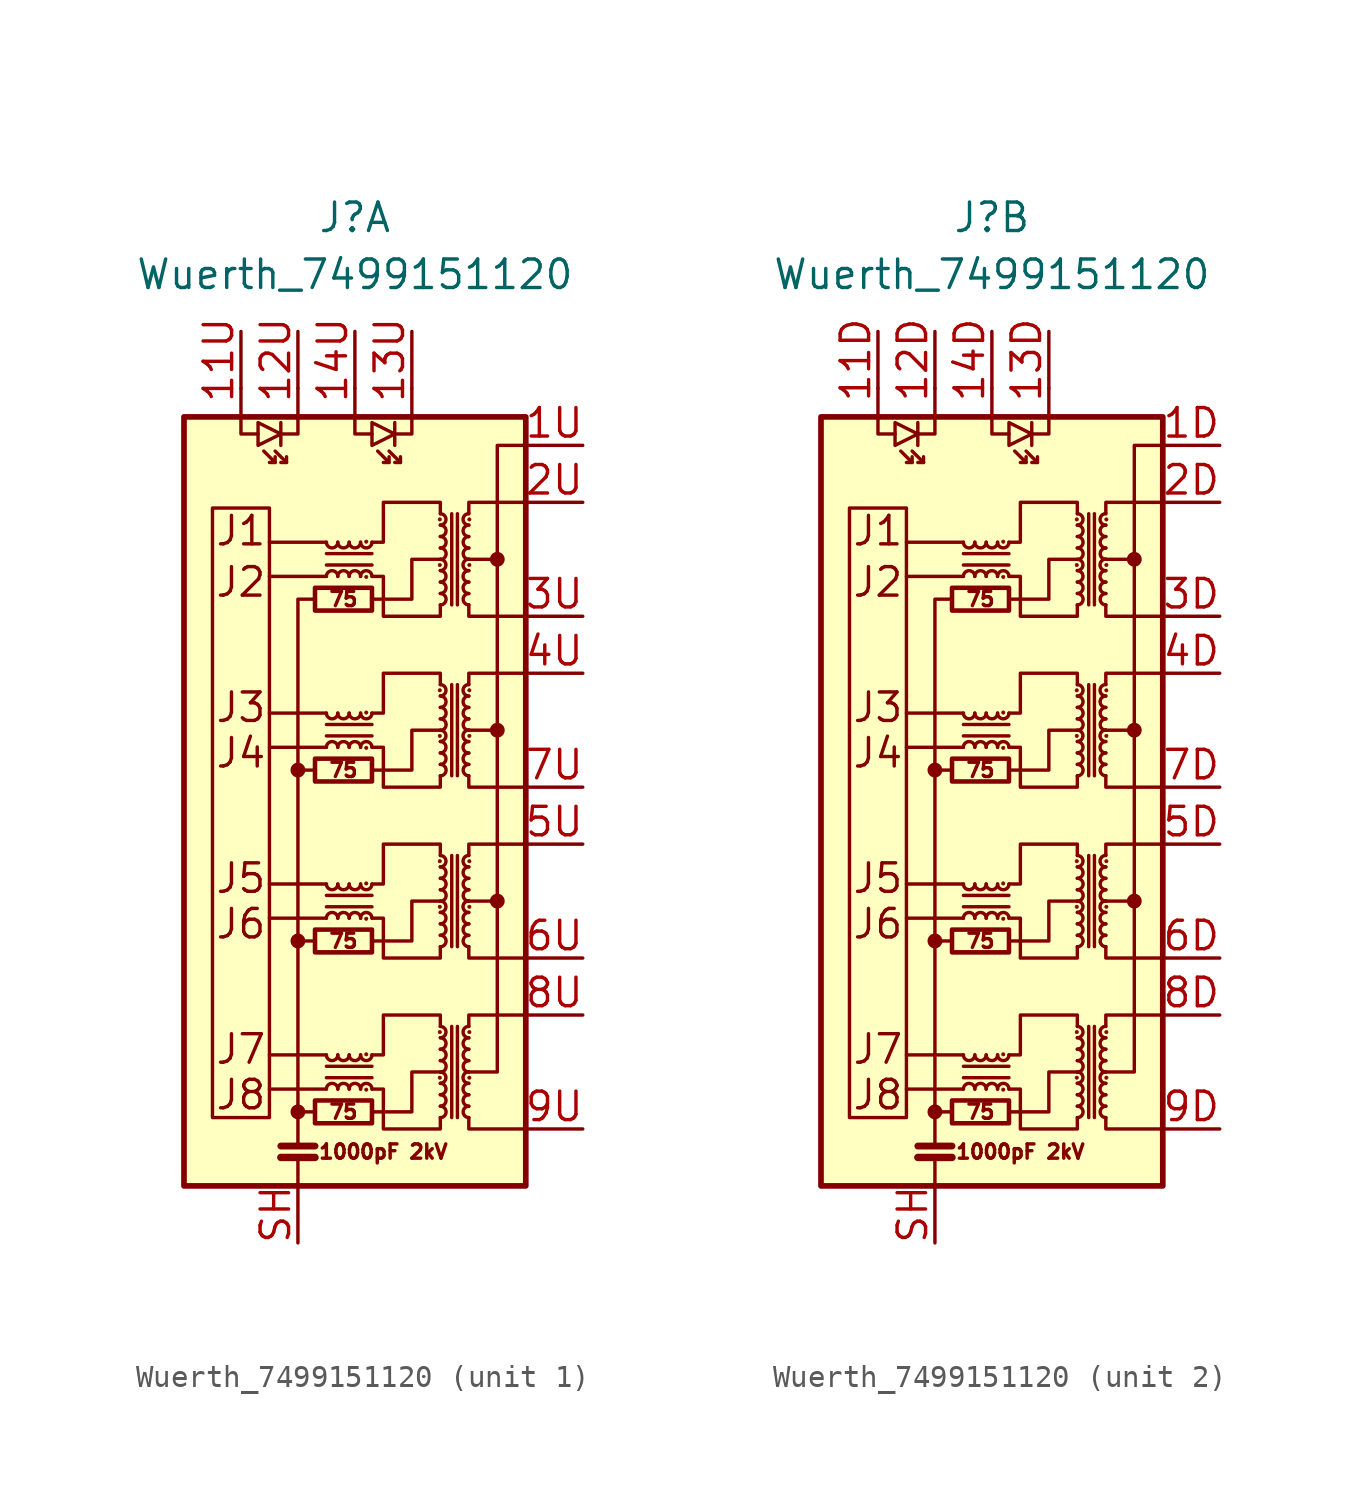
<source format=kicad_sym>
(kicad_symbol_lib
  (version 20220914)
  (generator kicad_symbol_editor)
  (symbol "Wuerth_7499151120"
    (pin_names
      (offset 0.025) hide)
    (property "Reference" "J"
      (at 0 25.4 0)
      (effects (font (size 1.27 1.27))))
    (property "Value" "Wuerth_7499151120"
      (at 0 22.86 0)
      (effects (font (size 1.27 1.27))))
    (property "ki_locked" ""
      (at 0 0 0)
      (effects (font (size 1.27 1.27))))
    (symbol "Wuerth_7499151120_0_0"
      (polyline (pts (xy -1.778 -14.478) (xy -2.54 -14.478)) (stroke (width 0) (type solid)) (fill (type none)))
      (polyline (pts (xy -1.27 -13.462) (xy -3.81 -13.462)) (stroke (width 0) (type solid)) (fill (type none)))
      (polyline (pts (xy -1.27 -11.938) (xy -3.81 -11.938)) (stroke (width 0) (type solid)) (fill (type none)))
      (polyline (pts (xy -1.27 -5.842) (xy -3.81 -5.842)) (stroke (width 0) (type solid)) (fill (type none)))
      (polyline (pts (xy -1.27 -4.318) (xy -3.81 -4.318)) (stroke (width 0) (type solid)) (fill (type none)))
      (polyline (pts (xy -1.27 1.778) (xy -3.81 1.778)) (stroke (width 0) (type solid)) (fill (type none)))
      (polyline (pts (xy -1.27 3.302) (xy -3.81 3.302)) (stroke (width 0) (type solid)) (fill (type none)))
      (polyline (pts (xy -1.27 9.398) (xy -3.81 9.398)) (stroke (width 0) (type solid)) (fill (type none)))
      (polyline (pts (xy -1.27 10.922) (xy -3.81 10.922)) (stroke (width 0) (type solid)) (fill (type none)))
      (polyline (pts (xy 5.08 2.54) (xy 6.35 2.54)) (stroke (width 0) (type solid)) (fill (type none)))
      (polyline (pts (xy 6.35 -5.08) (xy 5.08 -5.08)) (stroke (width 0) (type solid)) (fill (type none)))
      (polyline (pts (xy 6.35 10.16) (xy 5.08 10.16)) (stroke (width 0) (type solid)) (fill (type none)))
      (polyline (pts (xy 0.762 -14.478) (xy 2.54 -14.478) (xy 2.54 -12.7) (xy 3.81 -12.7)) (stroke (width 0) (type solid)) (fill (type none)))
      (polyline (pts (xy 0.762 -6.858) (xy 2.54 -6.858) (xy 2.54 -5.08) (xy 3.81 -5.08)) (stroke (width 0) (type solid)) (fill (type none)))
      (polyline (pts (xy 0.762 0.762) (xy 2.54 0.762) (xy 2.54 2.54) (xy 3.81 2.54)) (stroke (width 0) (type solid)) (fill (type none)))
      (polyline (pts (xy 0.762 8.382) (xy 2.54 8.382) (xy 2.54 10.16) (xy 3.81 10.16)) (stroke (width 0) (type solid)) (fill (type none)))
      (text "1000pF 2kV" (at 1.27 -16.256 0) (effects (font (size 0.635 0.635))))
      (text "75" (at -0.508 -14.478 0) (effects (font (size 0.635 0.635))))
      (text "75" (at -0.508 -6.858 0) (effects (font (size 0.635 0.635))))
      (text "75" (at -0.508 0.762 0) (effects (font (size 0.635 0.635))))
      (text "75" (at -0.508 8.382 0) (effects (font (size 0.635 0.635))))
      (text "J1" (at -5.08 11.43 0) (effects (font (size 1.27 1.27))))
      (text "J2" (at -5.08 9.144 0) (effects (font (size 1.27 1.27))))
      (text "J3" (at -5.08 3.556 0) (effects (font (size 1.27 1.27))))
      (text "J4" (at -5.08 1.524 0) (effects (font (size 1.27 1.27))))
      (text "J5" (at -5.08 -4.064 0) (effects (font (size 1.27 1.27))))
      (text "J6" (at -5.08 -6.096 0) (effects (font (size 1.27 1.27))))
      (text "J7" (at -5.08 -11.684 0) (effects (font (size 1.27 1.27))))
      (text "J8" (at -5.08 -13.716 0) (effects (font (size 1.27 1.27)))))
    (symbol "Wuerth_7499151120_0_1"
      (rectangle (start -3.81 -14.732) (end -6.35 12.446) (stroke (width 0) (type solid)) (fill (type none)))
      (circle (center -2.54 -14.478) (radius 0.254) (stroke (width 0) (type solid)) (fill (type outline)))
      (circle (center -2.54 -6.858) (radius 0.254) (stroke (width 0) (type solid)) (fill (type outline)))
      (circle (center -2.54 0.762) (radius 0.254) (stroke (width 0) (type solid)) (fill (type outline)))
      (rectangle (start -1.778 -14.986) (end 0.762 -13.97) (stroke (width 0.203) (type solid)) (fill (type none)))
      (rectangle (start -1.778 -7.366) (end 0.762 -6.35) (stroke (width 0.203) (type solid)) (fill (type none)))
      (rectangle (start -1.778 0.254) (end 0.762 1.27) (stroke (width 0.203) (type solid)) (fill (type none)))
      (rectangle (start -1.778 7.874) (end 0.762 8.89) (stroke (width 0.203) (type solid)) (fill (type none)))
      (arc (start -1.27 -11.938) (mid -1.016 -12.1909) (end -0.762 -11.938) (stroke (width 0) (type solid)) (fill (type none)))
      (arc (start -1.27 -4.318) (mid -1.016 -4.5709) (end -0.762 -4.318) (stroke (width 0) (type solid)) (fill (type none)))
      (arc (start -1.27 3.302) (mid -1.016 3.0491) (end -0.762 3.302) (stroke (width 0) (type solid)) (fill (type none)))
      (arc (start -1.27 10.922) (mid -1.016 10.6691) (end -0.762 10.922) (stroke (width 0) (type solid)) (fill (type none)))
      (arc (start -0.762 -13.462) (mid -1.016 -13.2091) (end -1.27 -13.462) (stroke (width 0) (type solid)) (fill (type none)))
      (arc (start -0.762 -11.938) (mid -0.508 -12.1909) (end -0.254 -11.938) (stroke (width 0) (type solid)) (fill (type none)))
      (arc (start -0.762 -5.842) (mid -1.016 -5.5891) (end -1.27 -5.842) (stroke (width 0) (type solid)) (fill (type none)))
      (arc (start -0.762 -4.318) (mid -0.508 -4.5709) (end -0.254 -4.318) (stroke (width 0) (type solid)) (fill (type none)))
      (arc (start -0.762 1.778) (mid -1.016 2.0309) (end -1.27 1.778) (stroke (width 0) (type solid)) (fill (type none)))
      (arc (start -0.762 3.302) (mid -0.508 3.0491) (end -0.254 3.302) (stroke (width 0) (type solid)) (fill (type none)))
      (arc (start -0.762 9.398) (mid -1.016 9.6509) (end -1.27 9.398) (stroke (width 0) (type solid)) (fill (type none)))
      (arc (start -0.762 10.922) (mid -0.508 10.6691) (end -0.254 10.922) (stroke (width 0) (type solid)) (fill (type none)))
      (arc (start -0.254 -13.462) (mid -0.508 -13.2091) (end -0.762 -13.462) (stroke (width 0) (type solid)) (fill (type none)))
      (arc (start -0.254 -11.938) (mid 0 -12.1909) (end 0.254 -11.938) (stroke (width 0) (type solid)) (fill (type none)))
      (arc (start -0.254 -5.842) (mid -0.508 -5.5891) (end -0.762 -5.842) (stroke (width 0) (type solid)) (fill (type none)))
      (arc (start -0.254 -4.318) (mid 0 -4.5709) (end 0.254 -4.318) (stroke (width 0) (type solid)) (fill (type none)))
      (arc (start -0.254 1.778) (mid -0.508 2.0309) (end -0.762 1.778) (stroke (width 0) (type solid)) (fill (type none)))
      (arc (start -0.254 3.302) (mid 0 3.0491) (end 0.254 3.302) (stroke (width 0) (type solid)) (fill (type none)))
      (arc (start -0.254 9.398) (mid -0.508 9.6509) (end -0.762 9.398) (stroke (width 0) (type solid)) (fill (type none)))
      (arc (start -0.254 10.922) (mid 0 10.6691) (end 0.254 10.922) (stroke (width 0) (type solid)) (fill (type none)))
      (polyline (pts (xy -3.556 14.478) (xy -4.064 14.986)) (stroke (width 0) (type solid)) (fill (type none)))
      (polyline (pts (xy -3.302 -16.51) (xy -1.778 -16.51)) (stroke (width 0.33) (type solid)) (fill (type none)))
      (polyline (pts (xy -3.302 -16.002) (xy -1.778 -16.002)) (stroke (width 0.305) (type solid)) (fill (type none)))
      (polyline (pts (xy -3.302 16.256) (xy -3.302 15.24)) (stroke (width 0) (type solid)) (fill (type none)))
      (polyline (pts (xy -3.048 14.478) (xy -3.556 14.986)) (stroke (width 0) (type solid)) (fill (type none)))
      (polyline (pts (xy -2.54 -17.78) (xy -2.54 -16.51)) (stroke (width 0) (type solid)) (fill (type none)))
      (polyline (pts (xy -2.54 0.762) (xy -1.778 0.762)) (stroke (width 0) (type solid)) (fill (type none)))
      (polyline (pts (xy -1.778 -6.858) (xy -2.54 -6.858)) (stroke (width 0) (type solid)) (fill (type none)))
      (polyline (pts (xy -1.27 -12.954) (xy 0.762 -12.954)) (stroke (width 0) (type solid)) (fill (type none)))
      (polyline (pts (xy -1.27 -5.334) (xy 0.762 -5.334)) (stroke (width 0) (type solid)) (fill (type none)))
      (polyline (pts (xy -1.27 2.286) (xy 0.762 2.286)) (stroke (width 0) (type solid)) (fill (type none)))
      (polyline (pts (xy -1.27 9.906) (xy 0.762 9.906)) (stroke (width 0) (type solid)) (fill (type none)))
      (polyline (pts (xy 0.762 -12.446) (xy -1.27 -12.446)) (stroke (width 0) (type solid)) (fill (type none)))
      (polyline (pts (xy 0.762 -4.826) (xy -1.27 -4.826)) (stroke (width 0) (type solid)) (fill (type none)))
      (polyline (pts (xy 0.762 2.794) (xy -1.27 2.794)) (stroke (width 0) (type solid)) (fill (type none)))
      (polyline (pts (xy 0.762 10.414) (xy -1.27 10.414)) (stroke (width 0) (type solid)) (fill (type none)))
      (polyline (pts (xy 1.524 14.478) (xy 1.016 14.986)) (stroke (width 0) (type solid)) (fill (type none)))
      (polyline (pts (xy 1.778 16.256) (xy 1.778 15.24)) (stroke (width 0) (type solid)) (fill (type none)))
      (polyline (pts (xy 2.032 14.478) (xy 1.524 14.986)) (stroke (width 0) (type solid)) (fill (type none)))
      (polyline (pts (xy 4.318 -10.668) (xy 4.318 -14.732)) (stroke (width 0) (type solid)) (fill (type none)))
      (polyline (pts (xy 4.318 -3.048) (xy 4.318 -7.112)) (stroke (width 0) (type solid)) (fill (type none)))
      (polyline (pts (xy 4.318 4.572) (xy 4.318 0.508)) (stroke (width 0) (type solid)) (fill (type none)))
      (polyline (pts (xy 4.318 12.192) (xy 4.318 8.128)) (stroke (width 0) (type solid)) (fill (type none)))
      (polyline (pts (xy 4.572 -14.732) (xy 4.572 -10.668)) (stroke (width 0) (type solid)) (fill (type none)))
      (polyline (pts (xy 4.572 -7.112) (xy 4.572 -3.048)) (stroke (width 0) (type solid)) (fill (type none)))
      (polyline (pts (xy 4.572 0.508) (xy 4.572 4.572)) (stroke (width 0) (type solid)) (fill (type none)))
      (polyline (pts (xy 4.572 8.128) (xy 4.572 12.192)) (stroke (width 0) (type solid)) (fill (type none)))
      (polyline (pts (xy -5.08 17.78) (xy -5.08 15.748) (xy -4.318 15.748)) (stroke (width 0) (type solid)) (fill (type none)))
      (polyline (pts (xy -3.556 14.732) (xy -3.556 14.478) (xy -3.81 14.478)) (stroke (width 0) (type solid)) (fill (type none)))
      (polyline (pts (xy -3.048 14.732) (xy -3.048 14.478) (xy -3.302 14.478)) (stroke (width 0) (type solid)) (fill (type none)))
      (polyline (pts (xy -2.54 -16.002) (xy -2.54 8.382) (xy -1.778 8.382)) (stroke (width 0) (type solid)) (fill (type none)))
      (polyline (pts (xy -2.54 17.78) (xy -2.54 15.748) (xy -3.302 15.748)) (stroke (width 0) (type solid)) (fill (type none)))
      (polyline (pts (xy 0 17.78) (xy 0 15.748) (xy 0.762 15.748)) (stroke (width 0) (type solid)) (fill (type none)))
      (polyline (pts (xy 1.524 14.732) (xy 1.524 14.478) (xy 1.27 14.478)) (stroke (width 0) (type solid)) (fill (type none)))
      (polyline (pts (xy 2.032 14.732) (xy 2.032 14.478) (xy 1.778 14.478)) (stroke (width 0) (type solid)) (fill (type none)))
      (polyline (pts (xy 2.54 17.78) (xy 2.54 15.748) (xy 1.778 15.748)) (stroke (width 0) (type solid)) (fill (type none)))
      (polyline (pts (xy 5.08 -14.732) (xy 5.08 -15.24) (xy 7.62 -15.24)) (stroke (width 0) (type solid)) (fill (type none)))
      (polyline (pts (xy 5.08 -10.668) (xy 5.08 -10.16) (xy 7.62 -10.16)) (stroke (width 0) (type solid)) (fill (type none)))
      (polyline (pts (xy 5.08 -7.112) (xy 5.08 -7.62) (xy 7.62 -7.62)) (stroke (width 0) (type solid)) (fill (type none)))
      (polyline (pts (xy 5.08 -3.048) (xy 5.08 -2.54) (xy 7.62 -2.54)) (stroke (width 0) (type solid)) (fill (type none)))
      (polyline (pts (xy 5.08 0.508) (xy 5.08 0) (xy 7.62 0)) (stroke (width 0) (type solid)) (fill (type none)))
      (polyline (pts (xy 5.08 4.572) (xy 5.08 5.08) (xy 7.62 5.08)) (stroke (width 0) (type solid)) (fill (type none)))
      (polyline (pts (xy 5.08 8.128) (xy 5.08 7.62) (xy 7.62 7.62)) (stroke (width 0) (type solid)) (fill (type none)))
      (polyline (pts (xy 5.08 12.192) (xy 5.08 12.7) (xy 7.62 12.7)) (stroke (width 0) (type solid)) (fill (type none)))
      (polyline (pts (xy -3.302 15.748) (xy -4.318 16.256) (xy -4.318 15.24) (xy -3.302 15.748)) (stroke (width 0) (type solid)) (fill (type none)))
      (polyline (pts (xy 1.778 15.748) (xy 0.762 16.256) (xy 0.762 15.24) (xy 1.778 15.748)) (stroke (width 0) (type solid)) (fill (type none)))
      (polyline (pts (xy 7.62 15.24) (xy 6.35 15.24) (xy 6.35 -12.7) (xy 5.08 -12.7)) (stroke (width 0) (type solid)) (fill (type none)))
      (polyline (pts (xy 0.762 -11.938) (xy 1.27 -11.938) (xy 1.27 -10.16) (xy 3.81 -10.16) (xy 3.81 -10.668)) (stroke (width 0) (type solid)) (fill (type none)))
      (polyline (pts (xy 0.762 -4.318) (xy 1.27 -4.318) (xy 1.27 -2.54) (xy 3.81 -2.54) (xy 3.81 -3.048)) (stroke (width 0) (type solid)) (fill (type none)))
      (polyline (pts (xy 0.762 3.302) (xy 1.27 3.302) (xy 1.27 5.08) (xy 3.81 5.08) (xy 3.81 4.572)) (stroke (width 0) (type solid)) (fill (type none)))
      (polyline (pts (xy 0.762 10.922) (xy 1.27 10.922) (xy 1.27 12.7) (xy 3.81 12.7) (xy 3.81 12.192)) (stroke (width 0) (type solid)) (fill (type none)))
      (polyline (pts (xy 3.81 -14.732) (xy 3.81 -15.24) (xy 1.27 -15.24) (xy 1.27 -13.462) (xy 0.762 -13.462)) (stroke (width 0) (type solid)) (fill (type none)))
      (polyline (pts (xy 3.81 -7.112) (xy 3.81 -7.62) (xy 1.27 -7.62) (xy 1.27 -5.842) (xy 0.762 -5.842)) (stroke (width 0) (type solid)) (fill (type none)))
      (polyline (pts (xy 3.81 0.508) (xy 3.81 0) (xy 1.27 0) (xy 1.27 1.778) (xy 0.762 1.778)) (stroke (width 0) (type solid)) (fill (type none)))
      (polyline (pts (xy 3.81 8.128) (xy 3.81 7.62) (xy 1.27 7.62) (xy 1.27 9.398) (xy 0.762 9.398)) (stroke (width 0) (type solid)) (fill (type none)))
      (arc (start 0.254 -13.462) (mid 0 -13.2091) (end -0.254 -13.462) (stroke (width 0) (type solid)) (fill (type none)))
      (arc (start 0.254 -11.938) (mid 0.508 -12.1909) (end 0.762 -11.938) (stroke (width 0) (type solid)) (fill (type none)))
      (arc (start 0.254 -5.842) (mid 0 -5.5891) (end -0.254 -5.842) (stroke (width 0) (type solid)) (fill (type none)))
      (arc (start 0.254 -4.318) (mid 0.508 -4.5709) (end 0.762 -4.318) (stroke (width 0) (type solid)) (fill (type none)))
      (arc (start 0.254 1.778) (mid 0 2.0309) (end -0.254 1.778) (stroke (width 0) (type solid)) (fill (type none)))
      (arc (start 0.254 3.302) (mid 0.508 3.0491) (end 0.762 3.302) (stroke (width 0) (type solid)) (fill (type none)))
      (arc (start 0.254 9.398) (mid 0 9.6509) (end -0.254 9.398) (stroke (width 0) (type solid)) (fill (type none)))
      (arc (start 0.254 10.922) (mid 0.508 10.6691) (end 0.762 10.922) (stroke (width 0) (type solid)) (fill (type none)))
      (circle (center 0.508 -13.487) (radius 0.076) (stroke (width 0.025) (type solid)) (fill (type outline)))
      (circle (center 0.508 -11.913) (radius 0.076) (stroke (width 0.025) (type solid)) (fill (type outline)))
      (circle (center 0.508 -5.867) (radius 0.076) (stroke (width 0.025) (type solid)) (fill (type outline)))
      (circle (center 0.508 -4.293) (radius 0.076) (stroke (width 0.025) (type solid)) (fill (type outline)))
      (circle (center 0.508 1.753) (radius 0.076) (stroke (width 0.025) (type solid)) (fill (type outline)))
      (circle (center 0.508 3.327) (radius 0.076) (stroke (width 0.025) (type solid)) (fill (type outline)))
      (circle (center 0.508 9.373) (radius 0.076) (stroke (width 0.025) (type solid)) (fill (type outline)))
      (circle (center 0.508 10.947) (radius 0.076) (stroke (width 0.025) (type solid)) (fill (type outline)))
      (arc (start 0.762 -13.462) (mid 0.508 -13.2091) (end 0.254 -13.462) (stroke (width 0) (type solid)) (fill (type none)))
      (arc (start 0.762 -5.842) (mid 0.508 -5.5891) (end 0.254 -5.842) (stroke (width 0) (type solid)) (fill (type none)))
      (arc (start 0.762 1.778) (mid 0.508 2.0309) (end 0.254 1.778) (stroke (width 0) (type solid)) (fill (type none)))
      (arc (start 0.762 9.398) (mid 0.508 9.6509) (end 0.254 9.398) (stroke (width 0) (type solid)) (fill (type none)))
      (circle (center 3.785 -12.954) (radius 0.076) (stroke (width 0.025) (type solid)) (fill (type outline)))
      (circle (center 3.785 -10.922) (radius 0.076) (stroke (width 0.025) (type solid)) (fill (type outline)))
      (circle (center 3.785 -5.334) (radius 0.076) (stroke (width 0.025) (type solid)) (fill (type outline)))
      (circle (center 3.785 -3.302) (radius 0.076) (stroke (width 0.025) (type solid)) (fill (type outline)))
      (circle (center 3.785 2.286) (radius 0.076) (stroke (width 0.025) (type solid)) (fill (type outline)))
      (circle (center 3.785 4.318) (radius 0.076) (stroke (width 0.025) (type solid)) (fill (type outline)))
      (circle (center 3.785 9.906) (radius 0.076) (stroke (width 0.025) (type solid)) (fill (type outline)))
      (circle (center 3.785 11.938) (radius 0.076) (stroke (width 0.025) (type solid)) (fill (type outline)))
      (arc (start 3.81 -14.732) (mid 4.0629 -14.478) (end 3.81 -14.224) (stroke (width 0) (type solid)) (fill (type none)))
      (arc (start 3.81 -14.224) (mid 4.0629 -13.97) (end 3.81 -13.716) (stroke (width 0) (type solid)) (fill (type none)))
      (arc (start 3.81 -13.716) (mid 4.0629 -13.462) (end 3.81 -13.208) (stroke (width 0) (type solid)) (fill (type none)))
      (arc (start 3.81 -13.208) (mid 4.0629 -12.954) (end 3.81 -12.7) (stroke (width 0) (type solid)) (fill (type none)))
      (arc (start 3.81 -12.7) (mid 4.0629 -12.446) (end 3.81 -12.192) (stroke (width 0) (type solid)) (fill (type none)))
      (arc (start 3.81 -12.192) (mid 4.0629 -11.938) (end 3.81 -11.684) (stroke (width 0) (type solid)) (fill (type none)))
      (arc (start 3.81 -11.684) (mid 4.0629 -11.43) (end 3.81 -11.176) (stroke (width 0) (type solid)) (fill (type none)))
      (arc (start 3.81 -11.176) (mid 4.0629 -10.922) (end 3.81 -10.668) (stroke (width 0) (type solid)) (fill (type none)))
      (arc (start 3.81 -7.112) (mid 4.0629 -6.858) (end 3.81 -6.604) (stroke (width 0) (type solid)) (fill (type none)))
      (arc (start 3.81 -6.604) (mid 4.0629 -6.35) (end 3.81 -6.096) (stroke (width 0) (type solid)) (fill (type none)))
      (arc (start 3.81 -6.096) (mid 4.0629 -5.842) (end 3.81 -5.588) (stroke (width 0) (type solid)) (fill (type none)))
      (arc (start 3.81 -5.588) (mid 4.0629 -5.334) (end 3.81 -5.08) (stroke (width 0) (type solid)) (fill (type none)))
      (arc (start 3.81 -5.08) (mid 4.0629 -4.826) (end 3.81 -4.572) (stroke (width 0) (type solid)) (fill (type none)))
      (arc (start 3.81 -4.572) (mid 4.0629 -4.318) (end 3.81 -4.064) (stroke (width 0) (type solid)) (fill (type none)))
      (arc (start 3.81 -4.064) (mid 4.0629 -3.81) (end 3.81 -3.556) (stroke (width 0) (type solid)) (fill (type none)))
      (arc (start 3.81 -3.556) (mid 4.0629 -3.302) (end 3.81 -3.048) (stroke (width 0) (type solid)) (fill (type none)))
      (arc (start 3.81 0.508) (mid 4.0629 0.762) (end 3.81 1.016) (stroke (width 0) (type solid)) (fill (type none)))
      (arc (start 3.81 1.016) (mid 4.0629 1.27) (end 3.81 1.524) (stroke (width 0) (type solid)) (fill (type none)))
      (arc (start 3.81 1.524) (mid 4.0629 1.778) (end 3.81 2.032) (stroke (width 0) (type solid)) (fill (type none)))
      (arc (start 3.81 2.032) (mid 4.0629 2.286) (end 3.81 2.54) (stroke (width 0) (type solid)) (fill (type none)))
      (arc (start 3.81 2.54) (mid 4.0629 2.794) (end 3.81 3.048) (stroke (width 0) (type solid)) (fill (type none)))
      (arc (start 3.81 3.048) (mid 4.0629 3.302) (end 3.81 3.556) (stroke (width 0) (type solid)) (fill (type none)))
      (arc (start 3.81 3.556) (mid 4.0629 3.81) (end 3.81 4.064) (stroke (width 0) (type solid)) (fill (type none)))
      (arc (start 3.81 4.064) (mid 4.0629 4.318) (end 3.81 4.572) (stroke (width 0) (type solid)) (fill (type none)))
      (arc (start 3.81 8.128) (mid 4.0629 8.382) (end 3.81 8.636) (stroke (width 0) (type solid)) (fill (type none)))
      (arc (start 3.81 8.636) (mid 4.0629 8.89) (end 3.81 9.144) (stroke (width 0) (type solid)) (fill (type none)))
      (arc (start 3.81 9.144) (mid 4.0629 9.398) (end 3.81 9.652) (stroke (width 0) (type solid)) (fill (type none)))
      (arc (start 3.81 9.652) (mid 4.0629 9.906) (end 3.81 10.16) (stroke (width 0) (type solid)) (fill (type none)))
      (arc (start 3.81 10.16) (mid 4.0629 10.414) (end 3.81 10.668) (stroke (width 0) (type solid)) (fill (type none)))
      (arc (start 3.81 10.668) (mid 4.0629 10.922) (end 3.81 11.176) (stroke (width 0) (type solid)) (fill (type none)))
      (arc (start 3.81 11.176) (mid 4.0629 11.43) (end 3.81 11.684) (stroke (width 0) (type solid)) (fill (type none)))
      (arc (start 3.81 11.684) (mid 4.0629 11.938) (end 3.81 12.192) (stroke (width 0) (type solid)) (fill (type none)))
      (arc (start 5.08 -14.224) (mid 4.8271 -14.478) (end 5.08 -14.732) (stroke (width 0) (type solid)) (fill (type none)))
      (arc (start 5.08 -13.716) (mid 4.8271 -13.97) (end 5.08 -14.224) (stroke (width 0) (type solid)) (fill (type none)))
      (arc (start 5.08 -13.208) (mid 4.8271 -13.462) (end 5.08 -13.716) (stroke (width 0) (type solid)) (fill (type none)))
      (arc (start 5.08 -12.7) (mid 4.8271 -12.954) (end 5.08 -13.208) (stroke (width 0) (type solid)) (fill (type none)))
      (arc (start 5.08 -12.192) (mid 4.8271 -12.446) (end 5.08 -12.7) (stroke (width 0) (type solid)) (fill (type none)))
      (arc (start 5.08 -11.684) (mid 4.8271 -11.938) (end 5.08 -12.192) (stroke (width 0) (type solid)) (fill (type none)))
      (arc (start 5.08 -11.176) (mid 4.8271 -11.43) (end 5.08 -11.684) (stroke (width 0) (type solid)) (fill (type none)))
      (arc (start 5.08 -10.668) (mid 4.8271 -10.922) (end 5.08 -11.176) (stroke (width 0) (type solid)) (fill (type none)))
      (arc (start 5.08 -6.604) (mid 4.8271 -6.858) (end 5.08 -7.112) (stroke (width 0) (type solid)) (fill (type none)))
      (arc (start 5.08 -6.096) (mid 4.8271 -6.35) (end 5.08 -6.604) (stroke (width 0) (type solid)) (fill (type none)))
      (arc (start 5.08 -5.588) (mid 4.8271 -5.842) (end 5.08 -6.096) (stroke (width 0) (type solid)) (fill (type none)))
      (arc (start 5.08 -5.08) (mid 4.8271 -5.334) (end 5.08 -5.588) (stroke (width 0) (type solid)) (fill (type none)))
      (arc (start 5.08 -4.572) (mid 4.8271 -4.826) (end 5.08 -5.08) (stroke (width 0) (type solid)) (fill (type none)))
      (arc (start 5.08 -4.064) (mid 4.8271 -4.318) (end 5.08 -4.572) (stroke (width 0) (type solid)) (fill (type none)))
      (arc (start 5.08 -3.556) (mid 4.8271 -3.81) (end 5.08 -4.064) (stroke (width 0) (type solid)) (fill (type none)))
      (arc (start 5.08 -3.048) (mid 4.8271 -3.302) (end 5.08 -3.556) (stroke (width 0) (type solid)) (fill (type none)))
      (arc (start 5.08 1.016) (mid 4.8271 0.762) (end 5.08 0.508) (stroke (width 0) (type solid)) (fill (type none)))
      (arc (start 5.08 1.524) (mid 4.8271 1.27) (end 5.08 1.016) (stroke (width 0) (type solid)) (fill (type none)))
      (arc (start 5.08 2.032) (mid 4.8271 1.778) (end 5.08 1.524) (stroke (width 0) (type solid)) (fill (type none)))
      (arc (start 5.08 2.54) (mid 4.8271 2.286) (end 5.08 2.032) (stroke (width 0) (type solid)) (fill (type none)))
      (arc (start 5.08 3.048) (mid 4.8271 2.794) (end 5.08 2.54) (stroke (width 0) (type solid)) (fill (type none)))
      (arc (start 5.08 3.556) (mid 4.8271 3.302) (end 5.08 3.048) (stroke (width 0) (type solid)) (fill (type none)))
      (arc (start 5.08 4.064) (mid 4.8271 3.81) (end 5.08 3.556) (stroke (width 0) (type solid)) (fill (type none)))
      (arc (start 5.08 4.572) (mid 4.8271 4.318) (end 5.08 4.064) (stroke (width 0) (type solid)) (fill (type none)))
      (arc (start 5.08 8.636) (mid 4.8271 8.382) (end 5.08 8.128) (stroke (width 0) (type solid)) (fill (type none)))
      (arc (start 5.08 9.144) (mid 4.8271 8.89) (end 5.08 8.636) (stroke (width 0) (type solid)) (fill (type none)))
      (arc (start 5.08 9.652) (mid 4.8271 9.398) (end 5.08 9.144) (stroke (width 0) (type solid)) (fill (type none)))
      (arc (start 5.08 10.16) (mid 4.8271 9.906) (end 5.08 9.652) (stroke (width 0) (type solid)) (fill (type none)))
      (arc (start 5.08 10.668) (mid 4.8271 10.414) (end 5.08 10.16) (stroke (width 0) (type solid)) (fill (type none)))
      (arc (start 5.08 11.176) (mid 4.8271 10.922) (end 5.08 10.668) (stroke (width 0) (type solid)) (fill (type none)))
      (arc (start 5.08 11.684) (mid 4.8271 11.43) (end 5.08 11.176) (stroke (width 0) (type solid)) (fill (type none)))
      (arc (start 5.08 12.192) (mid 4.8271 11.938) (end 5.08 11.684) (stroke (width 0) (type solid)) (fill (type none)))
      (circle (center 5.105 -12.954) (radius 0.076) (stroke (width 0.025) (type solid)) (fill (type outline)))
      (circle (center 5.105 -10.922) (radius 0.076) (stroke (width 0.025) (type solid)) (fill (type outline)))
      (circle (center 5.105 -5.334) (radius 0.076) (stroke (width 0.025) (type solid)) (fill (type outline)))
      (circle (center 5.105 -3.302) (radius 0.076) (stroke (width 0.025) (type solid)) (fill (type outline)))
      (circle (center 5.105 2.286) (radius 0.076) (stroke (width 0.025) (type solid)) (fill (type outline)))
      (circle (center 5.105 4.318) (radius 0.076) (stroke (width 0.025) (type solid)) (fill (type outline)))
      (circle (center 5.105 9.906) (radius 0.076) (stroke (width 0.025) (type solid)) (fill (type outline)))
      (circle (center 5.105 11.938) (radius 0.076) (stroke (width 0.025) (type solid)) (fill (type outline)))
      (circle (center 6.35 -5.08) (radius 0.254) (stroke (width 0) (type solid)) (fill (type outline)))
      (circle (center 6.35 2.54) (radius 0.254) (stroke (width 0) (type solid)) (fill (type outline)))
      (circle (center 6.35 10.16) (radius 0.254) (stroke (width 0) (type solid)) (fill (type outline)))
      (rectangle (start 7.62 16.51) (end -7.62 -17.78) (stroke (width 0.254) (type solid)) (fill (type background)))
      (pin power_in line (at -2.54 -20.32 90) (length 2.54) (name "~" (effects (font (size 1.27 1.27)))) (number "SH" (effects (font (size 1.27 1.27))))))
    (symbol "Wuerth_7499151120_1_1"
      (pin no_connect line (at 0 -17.78 90) (length 2.54) hide (name "~" (effects (font (size 1.27 1.27)))) (number "10U" (effects (font (size 1.27 1.27)))))
      (pin passive line (at -5.08 20.32 270) (length 2.54) (name "~" (effects (font (size 1.27 1.27)))) (number "11U" (effects (font (size 1.27 1.27)))))
      (pin passive line (at -2.54 20.32 270) (length 2.54) (name "~" (effects (font (size 1.27 1.27)))) (number "12U" (effects (font (size 1.27 1.27)))))
      (pin passive line (at 2.54 20.32 270) (length 2.54) (name "~" (effects (font (size 1.27 1.27)))) (number "13U" (effects (font (size 1.27 1.27)))))
      (pin passive line (at 0 20.32 270) (length 2.54) (name "~" (effects (font (size 1.27 1.27)))) (number "14U" (effects (font (size 1.27 1.27)))))
      (pin passive line (at 10.16 15.24 180) (length 2.54) (name "~" (effects (font (size 1.27 1.27)))) (number "1U" (effects (font (size 1.27 1.27)))))
      (pin passive line (at 10.16 12.7 180) (length 2.54) (name "~" (effects (font (size 1.27 1.27)))) (number "2U" (effects (font (size 1.27 1.27)))))
      (pin passive line (at 10.16 7.62 180) (length 2.54) (name "~" (effects (font (size 1.27 1.27)))) (number "3U" (effects (font (size 1.27 1.27)))))
      (pin passive line (at 10.16 5.08 180) (length 2.54) (name "~" (effects (font (size 1.27 1.27)))) (number "4U" (effects (font (size 1.27 1.27)))))
      (pin passive line (at 10.16 -2.54 180) (length 2.54) (name "~" (effects (font (size 1.27 1.27)))) (number "5U" (effects (font (size 1.27 1.27)))))
      (pin passive line (at 10.16 -7.62 180) (length 2.54) (name "~" (effects (font (size 1.27 1.27)))) (number "6U" (effects (font (size 1.27 1.27)))))
      (pin passive line (at 10.16 0 180) (length 2.54) (name "~" (effects (font (size 1.27 1.27)))) (number "7U" (effects (font (size 1.27 1.27)))))
      (pin passive line (at 10.16 -10.16 180) (length 2.54) (name "~" (effects (font (size 1.27 1.27)))) (number "8U" (effects (font (size 1.27 1.27)))))
      (pin passive line (at 10.16 -15.24 180) (length 2.54) (name "~" (effects (font (size 1.27 1.27)))) (number "9U" (effects (font (size 1.27 1.27))))))
    (symbol "Wuerth_7499151120_2_1"
      (pin no_connect line (at 0 -17.78 90) (length 2.54) hide (name "~" (effects (font (size 1.27 1.27)))) (number "10D" (effects (font (size 1.27 1.27)))))
      (pin passive line (at -5.08 20.32 270) (length 2.54) (name "~" (effects (font (size 1.27 1.27)))) (number "11D" (effects (font (size 1.27 1.27)))))
      (pin passive line (at -2.54 20.32 270) (length 2.54) (name "~" (effects (font (size 1.27 1.27)))) (number "12D" (effects (font (size 1.27 1.27)))))
      (pin passive line (at 2.54 20.32 270) (length 2.54) (name "~" (effects (font (size 1.27 1.27)))) (number "13D" (effects (font (size 1.27 1.27)))))
      (pin passive line (at 0 20.32 270) (length 2.54) (name "~" (effects (font (size 1.27 1.27)))) (number "14D" (effects (font (size 1.27 1.27)))))
      (pin passive line (at 10.16 15.24 180) (length 2.54) (name "~" (effects (font (size 1.27 1.27)))) (number "1D" (effects (font (size 1.27 1.27)))))
      (pin passive line (at 10.16 12.7 180) (length 2.54) (name "~" (effects (font (size 1.27 1.27)))) (number "2D" (effects (font (size 1.27 1.27)))))
      (pin passive line (at 10.16 7.62 180) (length 2.54) (name "~" (effects (font (size 1.27 1.27)))) (number "3D" (effects (font (size 1.27 1.27)))))
      (pin passive line (at 10.16 5.08 180) (length 2.54) (name "~" (effects (font (size 1.27 1.27)))) (number "4D" (effects (font (size 1.27 1.27)))))
      (pin passive line (at 10.16 -2.54 180) (length 2.54) (name "~" (effects (font (size 1.27 1.27)))) (number "5D" (effects (font (size 1.27 1.27)))))
      (pin passive line (at 10.16 -7.62 180) (length 2.54) (name "~" (effects (font (size 1.27 1.27)))) (number "6D" (effects (font (size 1.27 1.27)))))
      (pin passive line (at 10.16 0 180) (length 2.54) (name "~" (effects (font (size 1.27 1.27)))) (number "7D" (effects (font (size 1.27 1.27)))))
      (pin passive line (at 10.16 -10.16 180) (length 2.54) (name "~" (effects (font (size 1.27 1.27)))) (number "8D" (effects (font (size 1.27 1.27)))))
      (pin passive line (at 10.16 -15.24 180) (length 2.54) (name "~" (effects (font (size 1.27 1.27)))) (number "9D" (effects (font (size 1.27 1.27))))))))
</source>
